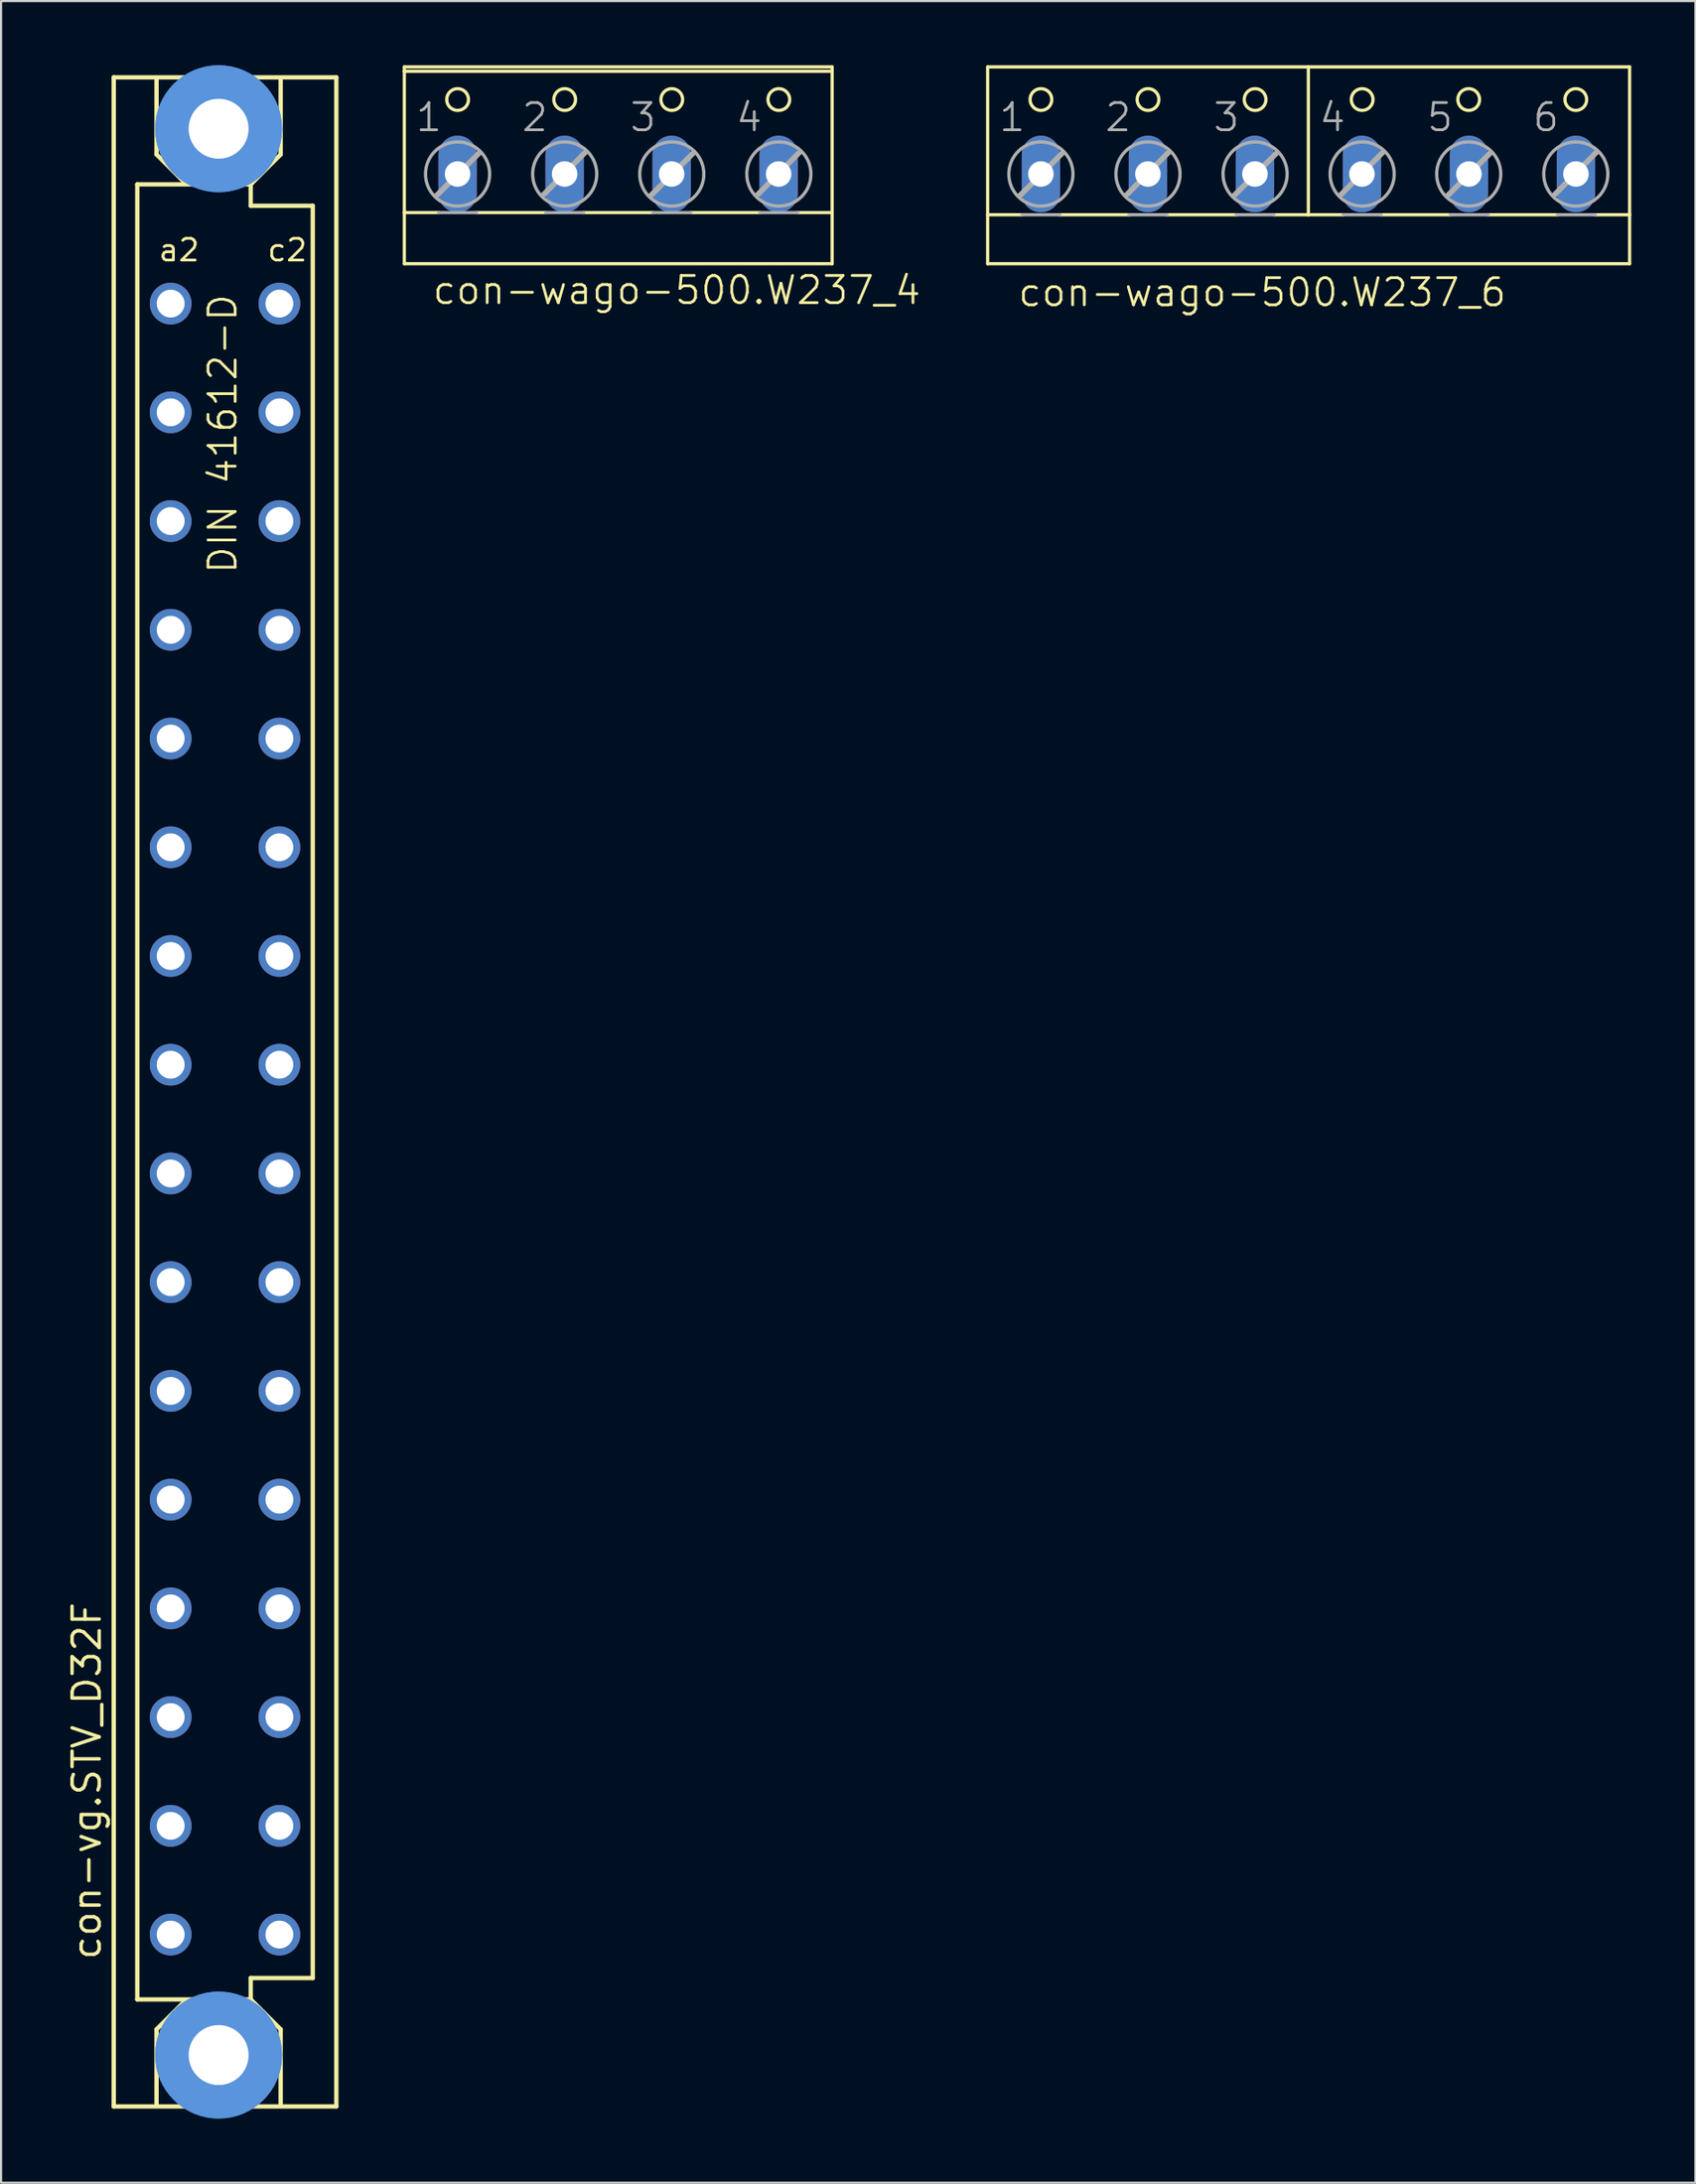
<source format=kicad_pcb>
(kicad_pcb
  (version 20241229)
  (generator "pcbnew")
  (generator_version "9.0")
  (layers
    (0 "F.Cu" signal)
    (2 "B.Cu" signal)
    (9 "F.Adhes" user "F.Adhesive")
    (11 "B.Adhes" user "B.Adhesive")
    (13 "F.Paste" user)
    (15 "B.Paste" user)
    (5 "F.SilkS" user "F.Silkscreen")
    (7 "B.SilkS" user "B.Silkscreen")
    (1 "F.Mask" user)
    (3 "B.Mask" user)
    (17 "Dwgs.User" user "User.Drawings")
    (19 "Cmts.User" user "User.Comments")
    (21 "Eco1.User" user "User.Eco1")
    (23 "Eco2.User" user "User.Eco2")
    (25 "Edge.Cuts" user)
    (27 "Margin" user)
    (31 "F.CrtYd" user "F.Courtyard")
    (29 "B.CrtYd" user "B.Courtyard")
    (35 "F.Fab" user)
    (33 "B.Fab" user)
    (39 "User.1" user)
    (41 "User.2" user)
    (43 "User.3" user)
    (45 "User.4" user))
  (footprint "con-wago-500.W237_4"
    (layer "F.Cu")
    (at 25.832 3.81)
    (property "Reference" "con-wago-500.W237_4" (at -8.745 7.442 0) (layer "F.SilkS") (effects (font (size 1.27 1.27) (thickness 0.13)) (justify left bottom)))
    (attr through_hole)
    (fp_line (start -9.989 -3.531) (end -9.989 -3.734) (stroke (width 0.152) (type default)) (layer "F.SilkS"))
    (fp_line (start -9.989 -3.531) (end 10.001 -3.531) (stroke (width 0.152) (type default)) (layer "F.SilkS"))
    (fp_line (start -9.989 3.073) (end -9.989 -3.531) (stroke (width 0.152) (type default)) (layer "F.SilkS"))
    (fp_line (start -9.989 3.073) (end -8.389 3.073) (stroke (width 0.152) (type default)) (layer "F.SilkS"))
    (fp_line (start -9.989 5.461) (end -9.989 3.073) (stroke (width 0.152) (type default)) (layer "F.SilkS"))
    (fp_line (start -9.989 5.461) (end 10.001 5.461) (stroke (width 0.152) (type default)) (layer "F.SilkS"))
    (fp_line (start -6.611 3.073) (end -3.385 3.073) (stroke (width 0.152) (type default)) (layer "F.SilkS"))
    (fp_line (start -1.607 3.073) (end 1.619 3.073) (stroke (width 0.152) (type default)) (layer "F.SilkS"))
    (fp_line (start 3.397 3.073) (end 6.622 3.073) (stroke (width 0.152) (type default)) (layer "F.SilkS"))
    (fp_line (start 8.4 3.073) (end 10.001 3.073) (stroke (width 0.152) (type default)) (layer "F.SilkS"))
    (fp_line (start 10.001 -3.734) (end -9.989 -3.734) (stroke (width 0.152) (type default)) (layer "F.SilkS"))
    (fp_line (start 10.001 -3.734) (end 10.001 -3.531) (stroke (width 0.152) (type default)) (layer "F.SilkS"))
    (fp_line (start 10.001 -3.531) (end 10.001 3.073) (stroke (width 0.152) (type default)) (layer "F.SilkS"))
    (fp_line (start 10.001 3.073) (end 10.001 5.461) (stroke (width 0.152) (type default)) (layer "F.SilkS"))
    (fp_circle (center -7.5 -2.21) (end -6.992 -2.21) (stroke (width 0.152) (type default)) (fill no) (layer "F.SilkS"))
    (fp_circle (center -2.496 -2.21) (end -1.988 -2.21) (stroke (width 0.152) (type default)) (fill no) (layer "F.SilkS"))
    (fp_circle (center 2.508 -2.21) (end 3.016 -2.21) (stroke (width 0.152) (type default)) (fill no) (layer "F.SilkS"))
    (fp_circle (center 7.511 -2.21) (end 8.019 -2.21) (stroke (width 0.152) (type default)) (fill no) (layer "F.SilkS"))
    (fp_line (start -8.491 2.286) (end -6.484 0.279) (stroke (width 0.254) (type default)) (layer "F.Fab"))
    (fp_line (start -8.389 3.073) (end -6.611 3.073) (stroke (width 0.152) (type default)) (layer "F.Fab"))
    (fp_line (start -3.512 2.261) (end -1.531 0.254) (stroke (width 0.254) (type default)) (layer "F.Fab"))
    (fp_line (start -3.385 3.073) (end -1.607 3.073) (stroke (width 0.152) (type default)) (layer "F.Fab"))
    (fp_line (start 1.517 2.286) (end 3.524 0.279) (stroke (width 0.254) (type default)) (layer "F.Fab"))
    (fp_line (start 1.619 3.073) (end 3.397 3.073) (stroke (width 0.152) (type default)) (layer "F.Fab"))
    (fp_line (start 6.495 2.261) (end 8.477 0.254) (stroke (width 0.254) (type default)) (layer "F.Fab"))
    (fp_line (start 6.622 3.073) (end 8.4 3.073) (stroke (width 0.152) (type default)) (layer "F.Fab"))
    (fp_circle (center -7.5 1.27) (end -6.001 1.27) (stroke (width 0.152) (type default)) (fill no) (layer "F.Fab"))
    (fp_circle (center -2.496 1.27) (end -0.998 1.27) (stroke (width 0.152) (type default)) (fill no) (layer "F.Fab"))
    (fp_circle (center 2.508 1.27) (end 4.006 1.27) (stroke (width 0.152) (type default)) (fill no) (layer "F.Fab"))
    (fp_circle (center 7.511 1.27) (end 9.01 1.27) (stroke (width 0.152) (type default)) (fill no) (layer "F.Fab"))
    (fp_text user "1" (at -9.532 -0.635 0) (layer "F.Fab") (effects (font (size 1.27 1.27) (thickness 0.13)) (justify left bottom)))
    (fp_text user "2" (at -4.579 -0.635 0) (layer "F.Fab") (effects (font (size 1.27 1.27) (thickness 0.13)) (justify left bottom)))
    (fp_text user "3" (at 0.476 -0.635 0) (layer "F.Fab") (effects (font (size 1.27 1.27) (thickness 0.13)) (justify left bottom)))
    (fp_text user "4" (at 5.429 -0.635 0) (layer "F.Fab") (effects (font (size 1.27 1.27) (thickness 0.13)) (justify left bottom)))
    (pad "1" thru_hole oval (at -7.5 1.27 90) (size 3.581 1.791) (drill 1.194) (layers "*.Cu" "*.Mask"))
    (pad "2" thru_hole oval (at -2.5 1.27 90) (size 3.581 1.791) (drill 1.194) (layers "*.Cu" "*.Mask"))
    (pad "3" thru_hole oval (at 2.5 1.27 90) (size 3.581 1.791) (drill 1.194) (layers "*.Cu" "*.Mask"))
    (pad "4" thru_hole oval (at 7.5 1.27 90) (size 3.581 1.791) (drill 1.194) (layers "*.Cu" "*.Mask")))
  (footprint "con-vg.STV_D32F"
    (layer "F.Cu")
    (at 7.465 47.965)
    (property "Reference" "con-vg.STV_D32F" (at -5.715 40.64 90) (layer "F.SilkS") (effects (font (size 1.27 1.27) (thickness 0.16)) (justify left bottom)))
    (attr through_hole)
    (fp_line (start -5.2 -47.4) (end 5.2 -47.4) (stroke (width 0.203) (type default)) (layer "F.SilkS"))
    (fp_line (start -5.2 47.4) (end -5.2 -47.4) (stroke (width 0.203) (type default)) (layer "F.SilkS"))
    (fp_line (start -4.1 -42.4) (end 1.2 -42.4) (stroke (width 0.203) (type default)) (layer "F.SilkS"))
    (fp_line (start -4.1 42.4) (end -4.1 -42.4) (stroke (width 0.203) (type default)) (layer "F.SilkS"))
    (fp_line (start -3.2 -47.3) (end -3.2 -43.8) (stroke (width 0.203) (type default)) (layer "F.SilkS"))
    (fp_line (start -3.2 -43.8) (end -1.9 -42.5) (stroke (width 0.203) (type default)) (layer "F.SilkS"))
    (fp_line (start -3.2 43.8) (end -3.2 47.3) (stroke (width 0.203) (type default)) (layer "F.SilkS"))
    (fp_line (start -3.2 43.8) (end -1.9 42.5) (stroke (width 0.203) (type default)) (layer "F.SilkS"))
    (fp_line (start 1.2 -42.4) (end 1.2 -41.4) (stroke (width 0.203) (type default)) (layer "F.SilkS"))
    (fp_line (start 1.2 -41.4) (end 4.1 -41.4) (stroke (width 0.203) (type default)) (layer "F.SilkS"))
    (fp_line (start 1.2 41.4) (end 1.2 42.4) (stroke (width 0.203) (type default)) (layer "F.SilkS"))
    (fp_line (start 1.2 42.4) (end -4.1 42.4) (stroke (width 0.203) (type default)) (layer "F.SilkS"))
    (fp_line (start 2.6 -43.8) (end 1.2 -42.4) (stroke (width 0.203) (type default)) (layer "F.SilkS"))
    (fp_line (start 2.6 -43.8) (end 2.6 -47.3) (stroke (width 0.203) (type default)) (layer "F.SilkS"))
    (fp_line (start 2.6 43.8) (end 1.2 42.4) (stroke (width 0.203) (type default)) (layer "F.SilkS"))
    (fp_line (start 2.6 47.3) (end 2.6 43.8) (stroke (width 0.203) (type default)) (layer "F.SilkS"))
    (fp_line (start 4.1 -41.4) (end 4.1 41.4) (stroke (width 0.203) (type default)) (layer "F.SilkS"))
    (fp_line (start 4.1 41.4) (end 1.2 41.4) (stroke (width 0.203) (type default)) (layer "F.SilkS"))
    (fp_line (start 5.2 -47.4) (end 5.2 47.4) (stroke (width 0.203) (type default)) (layer "F.SilkS"))
    (fp_line (start 5.2 47.4) (end -5.2 47.4) (stroke (width 0.203) (type default)) (layer "F.SilkS"))
    (fp_circle (center -0.3 -45) (end 1.7 -45) (stroke (width 1.93) (type default)) (fill no) (layer "Cmts.User"))
    (fp_circle (center -0.3 -45) (end 1.7 -45) (stroke (width 1.93) (type default)) (fill no) (layer "Cmts.User"))
    (fp_circle (center -0.3 45) (end 1.7 45) (stroke (width 1.93) (type default)) (fill no) (layer "Cmts.User"))
    (fp_circle (center -0.3 45) (end 1.7 45) (stroke (width 1.93) (type default)) (fill no) (layer "Cmts.User"))
    (fp_text user "DIN 41612-D" (at 0.635 -24.13 90) (layer "F.SilkS") (effects (font (size 1.27 1.27) (thickness 0.13)) (justify left bottom)))
    (fp_text user "a2" (at -3.175 -38.735 0) (layer "F.SilkS") (effects (font (size 1.016 1.016) (thickness 0.13)) (justify left bottom)))
    (fp_text user "c2" (at 1.905 -38.735 0) (layer "F.SilkS") (effects (font (size 1.016 1.016) (thickness 0.13)) (justify left bottom)))
    (pad "" np_thru_hole circle (at -0.3 -45) (size 2.8 2.8) (drill 2.8) (layers "*.Cu" "*.Mask"))
    (pad "" np_thru_hole circle (at -0.3 45) (size 2.8 2.8) (drill 2.8) (layers "*.Cu" "*.Mask"))
    (pad "A2" thru_hole circle (at -2.54 -36.83) (size 1.95 1.95) (drill 1.3) (layers "*.Cu" "*.Mask"))
    (pad "A4" thru_hole circle (at -2.54 -31.75) (size 1.95 1.95) (drill 1.3) (layers "*.Cu" "*.Mask"))
    (pad "A6" thru_hole circle (at -2.54 -26.67) (size 1.95 1.95) (drill 1.3) (layers "*.Cu" "*.Mask"))
    (pad "A8" thru_hole circle (at -2.54 -21.59) (size 1.95 1.95) (drill 1.3) (layers "*.Cu" "*.Mask"))
    (pad "A10" thru_hole circle (at -2.54 -16.51) (size 1.95 1.95) (drill 1.3) (layers "*.Cu" "*.Mask"))
    (pad "A12" thru_hole circle (at -2.54 -11.43) (size 1.95 1.95) (drill 1.3) (layers "*.Cu" "*.Mask"))
    (pad "A14" thru_hole circle (at -2.54 -6.35) (size 1.95 1.95) (drill 1.3) (layers "*.Cu" "*.Mask"))
    (pad "A16" thru_hole circle (at -2.54 -1.27) (size 1.95 1.95) (drill 1.3) (layers "*.Cu" "*.Mask"))
    (pad "A18" thru_hole circle (at -2.54 3.81) (size 1.95 1.95) (drill 1.3) (layers "*.Cu" "*.Mask"))
    (pad "A20" thru_hole circle (at -2.54 8.89) (size 1.95 1.95) (drill 1.3) (layers "*.Cu" "*.Mask"))
    (pad "A22" thru_hole circle (at -2.54 13.97) (size 1.95 1.95) (drill 1.3) (layers "*.Cu" "*.Mask"))
    (pad "A24" thru_hole circle (at -2.54 19.05) (size 1.95 1.95) (drill 1.3) (layers "*.Cu" "*.Mask"))
    (pad "A26" thru_hole circle (at -2.54 24.13) (size 1.95 1.95) (drill 1.3) (layers "*.Cu" "*.Mask"))
    (pad "A28" thru_hole circle (at -2.54 29.21) (size 1.95 1.95) (drill 1.3) (layers "*.Cu" "*.Mask"))
    (pad "A30" thru_hole circle (at -2.54 34.29) (size 1.95 1.95) (drill 1.3) (layers "*.Cu" "*.Mask"))
    (pad "A32" thru_hole circle (at -2.54 39.37) (size 1.95 1.95) (drill 1.3) (layers "*.Cu" "*.Mask"))
    (pad "C2" thru_hole circle (at 2.54 -36.83) (size 1.95 1.95) (drill 1.3) (layers "*.Cu" "*.Mask"))
    (pad "C4" thru_hole circle (at 2.54 -31.75) (size 1.95 1.95) (drill 1.3) (layers "*.Cu" "*.Mask"))
    (pad "C6" thru_hole circle (at 2.54 -26.67) (size 1.95 1.95) (drill 1.3) (layers "*.Cu" "*.Mask"))
    (pad "C8" thru_hole circle (at 2.54 -21.59) (size 1.95 1.95) (drill 1.3) (layers "*.Cu" "*.Mask"))
    (pad "C10" thru_hole circle (at 2.54 -16.51) (size 1.95 1.95) (drill 1.3) (layers "*.Cu" "*.Mask"))
    (pad "C12" thru_hole circle (at 2.54 -11.43) (size 1.95 1.95) (drill 1.3) (layers "*.Cu" "*.Mask"))
    (pad "C14" thru_hole circle (at 2.54 -6.35) (size 1.95 1.95) (drill 1.3) (layers "*.Cu" "*.Mask"))
    (pad "C16" thru_hole circle (at 2.54 -1.27) (size 1.95 1.95) (drill 1.3) (layers "*.Cu" "*.Mask"))
    (pad "C18" thru_hole circle (at 2.54 3.81) (size 1.95 1.95) (drill 1.3) (layers "*.Cu" "*.Mask"))
    (pad "C20" thru_hole circle (at 2.54 8.89) (size 1.95 1.95) (drill 1.3) (layers "*.Cu" "*.Mask"))
    (pad "C22" thru_hole circle (at 2.54 13.97) (size 1.95 1.95) (drill 1.3) (layers "*.Cu" "*.Mask"))
    (pad "C24" thru_hole circle (at 2.54 19.05) (size 1.95 1.95) (drill 1.3) (layers "*.Cu" "*.Mask"))
    (pad "C26" thru_hole circle (at 2.54 24.13) (size 1.95 1.95) (drill 1.3) (layers "*.Cu" "*.Mask"))
    (pad "C28" thru_hole circle (at 2.54 29.21) (size 1.95 1.95) (drill 1.3) (layers "*.Cu" "*.Mask"))
    (pad "C30" thru_hole circle (at 2.54 34.29) (size 1.95 1.95) (drill 1.3) (layers "*.Cu" "*.Mask"))
    (pad "C32" thru_hole circle (at 2.54 39.37) (size 1.95 1.95) (drill 1.3) (layers "*.Cu" "*.Mask")))
  (footprint "con-wago-500.W237_6"
    (layer "F.Cu")
    (at 58.088 3.81)
    (property "Reference" "con-wago-500.W237_6" (at -13.643 7.544 0) (layer "F.SilkS") (effects (font (size 1.27 1.27) (thickness 0.13)) (justify left bottom)))
    (attr through_hole)
    (fp_line (start -14.989 3.175) (end -14.989 -3.734) (stroke (width 0.152) (type default)) (layer "F.SilkS"))
    (fp_line (start -14.989 3.175) (end -13.389 3.175) (stroke (width 0.152) (type default)) (layer "F.SilkS"))
    (fp_line (start -14.989 5.461) (end -14.989 3.175) (stroke (width 0.152) (type default)) (layer "F.SilkS"))
    (fp_line (start -14.989 5.461) (end 15.008 5.461) (stroke (width 0.152) (type default)) (layer "F.SilkS"))
    (fp_line (start -11.611 3.175) (end -8.385 3.175) (stroke (width 0.152) (type default)) (layer "F.SilkS"))
    (fp_line (start -6.607 3.175) (end -3.381 3.175) (stroke (width 0.152) (type default)) (layer "F.SilkS"))
    (fp_line (start -1.603 3.175) (end -0.003 3.175) (stroke (width 0.152) (type default)) (layer "F.SilkS"))
    (fp_line (start -0.003 -3.734) (end -14.989 -3.734) (stroke (width 0.152) (type default)) (layer "F.SilkS"))
    (fp_line (start -0.003 3.175) (end -0.003 -3.734) (stroke (width 0.152) (type default)) (layer "F.SilkS"))
    (fp_line (start -0.003 3.175) (end 1.622 3.175) (stroke (width 0.152) (type default)) (layer "F.SilkS"))
    (fp_line (start 3.4 3.175) (end 6.626 3.175) (stroke (width 0.152) (type default)) (layer "F.SilkS"))
    (fp_line (start 8.404 3.175) (end 11.63 3.175) (stroke (width 0.152) (type default)) (layer "F.SilkS"))
    (fp_line (start 13.408 3.175) (end 15.008 3.175) (stroke (width 0.152) (type default)) (layer "F.SilkS"))
    (fp_line (start 15.008 -3.734) (end -0.003 -3.734) (stroke (width 0.152) (type default)) (layer "F.SilkS"))
    (fp_line (start 15.008 -3.734) (end 15.008 3.175) (stroke (width 0.152) (type default)) (layer "F.SilkS"))
    (fp_line (start 15.008 3.175) (end 15.008 5.461) (stroke (width 0.152) (type default)) (layer "F.SilkS"))
    (fp_circle (center -12.5 -2.21) (end -11.992 -2.21) (stroke (width 0.152) (type default)) (fill no) (layer "F.SilkS"))
    (fp_circle (center -7.496 -2.21) (end -6.988 -2.21) (stroke (width 0.152) (type default)) (fill no) (layer "F.SilkS"))
    (fp_circle (center -2.492 -2.21) (end -1.984 -2.21) (stroke (width 0.152) (type default)) (fill no) (layer "F.SilkS"))
    (fp_circle (center 2.511 -2.21) (end 3.019 -2.21) (stroke (width 0.152) (type default)) (fill no) (layer "F.SilkS"))
    (fp_circle (center 7.49 -2.21) (end 7.998 -2.21) (stroke (width 0.152) (type default)) (fill no) (layer "F.SilkS"))
    (fp_circle (center 12.494 -2.21) (end 13.002 -2.21) (stroke (width 0.152) (type default)) (fill no) (layer "F.SilkS"))
    (fp_line (start -13.491 2.286) (end -11.484 0.279) (stroke (width 0.254) (type default)) (layer "F.Fab"))
    (fp_line (start -13.389 3.175) (end -11.611 3.175) (stroke (width 0.152) (type default)) (layer "F.Fab"))
    (fp_line (start -8.512 2.261) (end -6.531 0.254) (stroke (width 0.254) (type default)) (layer "F.Fab"))
    (fp_line (start -8.385 3.175) (end -6.607 3.175) (stroke (width 0.152) (type default)) (layer "F.Fab"))
    (fp_line (start -3.483 2.286) (end -1.476 0.279) (stroke (width 0.254) (type default)) (layer "F.Fab"))
    (fp_line (start -3.381 3.175) (end -1.603 3.175) (stroke (width 0.152) (type default)) (layer "F.Fab"))
    (fp_line (start 1.495 2.261) (end 3.477 0.254) (stroke (width 0.254) (type default)) (layer "F.Fab"))
    (fp_line (start 1.622 3.175) (end 3.4 3.175) (stroke (width 0.152) (type default)) (layer "F.Fab"))
    (fp_line (start 6.499 2.286) (end 8.506 0.279) (stroke (width 0.254) (type default)) (layer "F.Fab"))
    (fp_line (start 6.626 3.175) (end 8.404 3.175) (stroke (width 0.152) (type default)) (layer "F.Fab"))
    (fp_line (start 11.478 2.261) (end 13.459 0.254) (stroke (width 0.254) (type default)) (layer "F.Fab"))
    (fp_line (start 11.63 3.175) (end 13.408 3.175) (stroke (width 0.152) (type default)) (layer "F.Fab"))
    (fp_circle (center -12.5 1.27) (end -11.001 1.27) (stroke (width 0.152) (type default)) (fill no) (layer "F.Fab"))
    (fp_circle (center -7.496 1.27) (end -5.998 1.27) (stroke (width 0.152) (type default)) (fill no) (layer "F.Fab"))
    (fp_circle (center -2.492 1.27) (end -0.994 1.27) (stroke (width 0.152) (type default)) (fill no) (layer "F.Fab"))
    (fp_circle (center 2.511 1.27) (end 4.01 1.27) (stroke (width 0.152) (type default)) (fill no) (layer "F.Fab"))
    (fp_circle (center 7.49 1.27) (end 8.988 1.27) (stroke (width 0.152) (type default)) (fill no) (layer "F.Fab"))
    (fp_circle (center 12.494 1.27) (end 13.992 1.27) (stroke (width 0.152) (type default)) (fill no) (layer "F.Fab"))
    (fp_text user "4" (at 0.429 -0.635 0) (layer "F.Fab") (effects (font (size 1.27 1.27) (thickness 0.13)) (justify left bottom)))
    (fp_text user "2" (at -9.579 -0.635 0) (layer "F.Fab") (effects (font (size 1.27 1.27) (thickness 0.13)) (justify left bottom)))
    (fp_text user "6" (at 10.411 -0.635 0) (layer "F.Fab") (effects (font (size 1.27 1.27) (thickness 0.13)) (justify left bottom)))
    (fp_text user "1" (at -14.532 -0.635 0) (layer "F.Fab") (effects (font (size 1.27 1.27) (thickness 0.13)) (justify left bottom)))
    (fp_text user "5" (at 5.458 -0.635 0) (layer "F.Fab") (effects (font (size 1.27 1.27) (thickness 0.13)) (justify left bottom)))
    (fp_text user "3" (at -4.524 -0.635 0) (layer "F.Fab") (effects (font (size 1.27 1.27) (thickness 0.13)) (justify left bottom)))
    (pad "1" thru_hole oval (at -12.5 1.27 90) (size 3.581 1.791) (drill 1.194) (layers "*.Cu" "*.Mask"))
    (pad "2" thru_hole oval (at -7.5 1.27 90) (size 3.581 1.791) (drill 1.194) (layers "*.Cu" "*.Mask"))
    (pad "3" thru_hole oval (at -2.5 1.27 90) (size 3.581 1.791) (drill 1.194) (layers "*.Cu" "*.Mask"))
    (pad "4" thru_hole oval (at 2.5 1.27 90) (size 3.581 1.791) (drill 1.194) (layers "*.Cu" "*.Mask"))
    (pad "5" thru_hole oval (at 7.5 1.27 90) (size 3.581 1.791) (drill 1.194) (layers "*.Cu" "*.Mask"))
    (pad "6" thru_hole oval (at 12.5 1.27 90) (size 3.581 1.791) (drill 1.194) (layers "*.Cu" "*.Mask")))
  (gr_rect
    (start -3 -3)
    (end 76.172 98.93)
    (stroke (width 0.1) (type default))
    (fill no)
    (layer "Edge.Cuts")))
</source>
